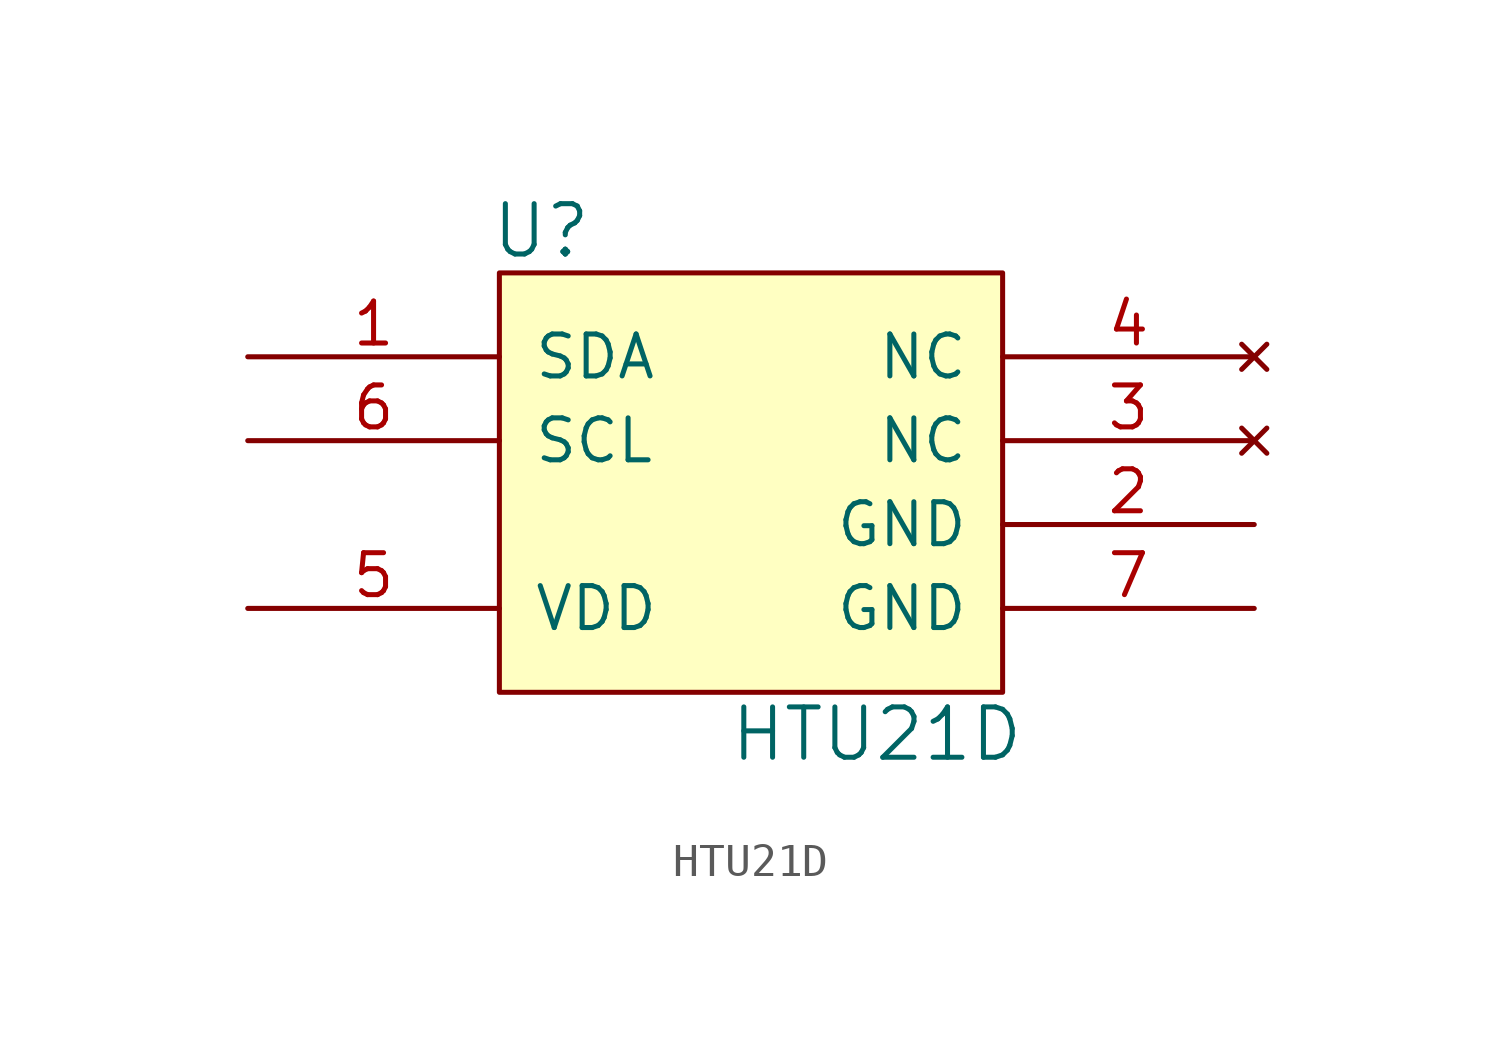
<source format=kicad_sym>
(kicad_symbol_lib
  (version 20241209)
  (generator "kicad_symbol_editor")
  (generator_version "9.0")
  (symbol "HTU21D"
    (pin_names
      (offset 1.016))
    (property "Reference" "U"
      (at -3.81 3.81 0)
      (effects (font (size 1.524 1.524))))
    (property "Value" "HTU21D"
      (at 6.35 -11.43 0)
      (effects (font (size 1.524 1.524))))
    (property "Footprint" ""
      (at 0 0 0)
      (effects (font (size 1.524 1.524))))
    (property "Datasheet" ""
      (at 0 0 0)
      (effects (font (size 1.524 1.524))))
    (symbol "HTU21D_0_1"
      (rectangle (start -5.08 2.54) (end 10.16 -10.16) (stroke (width 0) (type solid)) (fill (type background))))
    (symbol "HTU21D_1_1"
      (pin input line (at -12.7 0 0) (length 7.62) (name "SDA" (effects (font (size 1.27 1.27)))) (number "1" (effects (font (size 1.27 1.27)))))
      (pin input line (at -12.7 -2.54 0) (length 7.62) (name "SCL" (effects (font (size 1.27 1.27)))) (number "6" (effects (font (size 1.27 1.27)))))
      (pin input line (at -12.7 -7.62 0) (length 7.62) (name "VDD" (effects (font (size 1.27 1.27)))) (number "5" (effects (font (size 1.27 1.27)))))
      (pin no_connect line (at 17.78 0 180) (length 7.62) (name "NC" (effects (font (size 1.27 1.27)))) (number "4" (effects (font (size 1.27 1.27)))))
      (pin no_connect line (at 17.78 -2.54 180) (length 7.62) (name "NC" (effects (font (size 1.27 1.27)))) (number "3" (effects (font (size 1.27 1.27)))))
      (pin input line (at 17.78 -5.08 180) (length 7.62) (name "GND" (effects (font (size 1.27 1.27)))) (number "2" (effects (font (size 1.27 1.27)))))
      (pin input line (at 17.78 -7.62 180) (length 7.62) (name "GND" (effects (font (size 1.27 1.27)))) (number "7" (effects (font (size 1.27 1.27))))))))
</source>
